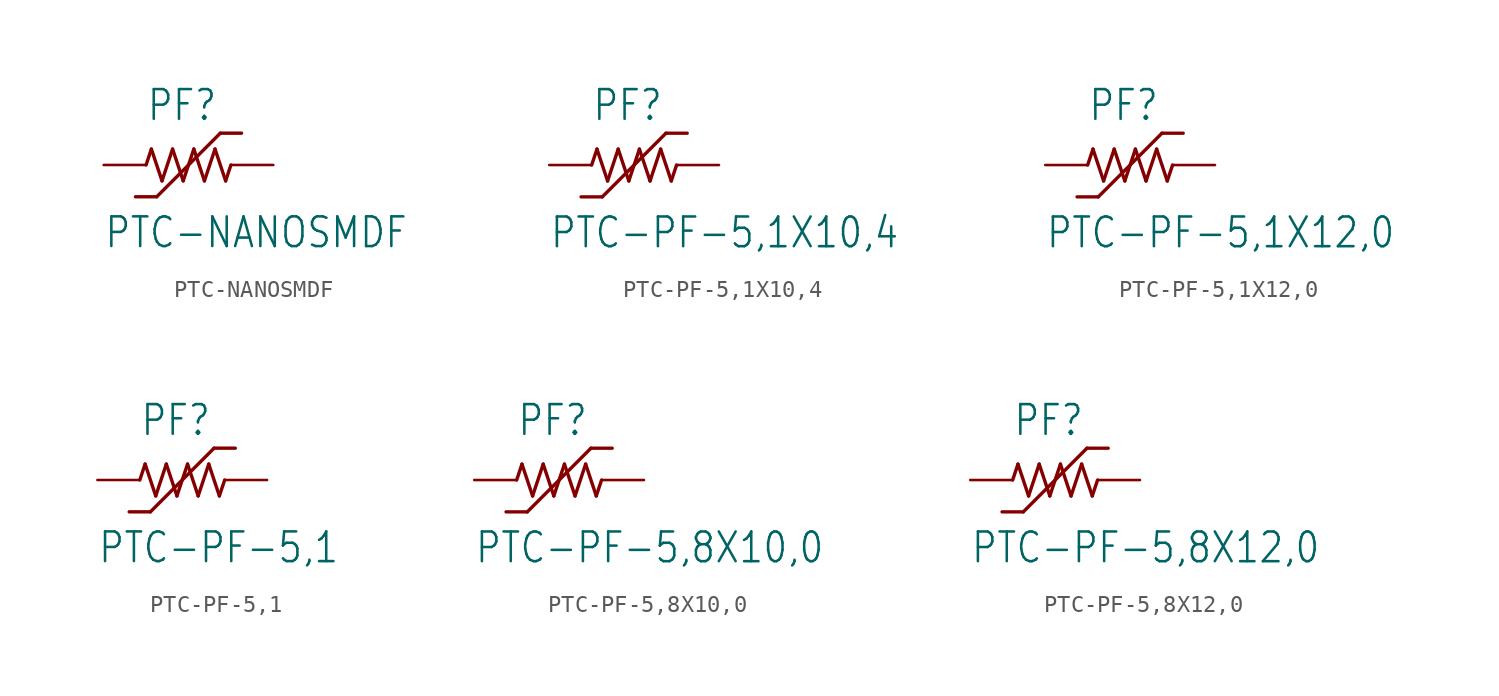
<source format=kicad_sym>
(kicad_symbol_lib
  (version 20211014)
  (generator kicad_symbol_editor)
  (symbol "PTC-NANOSMDF"
    (property "Reference" "PF"
      (at -2.54 2.54 0)
      (effects (font (size 1.778 1.511)) (justify left bottom)))
    (property "Value" "PTC-NANOSMDF"
      (at -5.08 -5.08 0)
      (effects (font (size 1.778 1.511)) (justify left bottom)))
    (property "ki_locked" ""
      (at 0 0 0)
      (effects (font (size 1.27 1.27))))
    (symbol "PTC-NANOSMDF_1_0"
      (polyline (pts (xy -2.54 0) (xy -2.223 0.953)) (stroke (width 0.203) (type default) (color 0 0 0 0)) (fill (type none)))
      (polyline (pts (xy -2.223 0.953) (xy -1.587 -0.953)) (stroke (width 0.203) (type default) (color 0 0 0 0)) (fill (type none)))
      (polyline (pts (xy -1.905 -1.905) (xy -3.175 -1.905)) (stroke (width 0.203) (type default) (color 0 0 0 0)) (fill (type none)))
      (polyline (pts (xy -1.587 -0.953) (xy -0.953 0.953)) (stroke (width 0.203) (type default) (color 0 0 0 0)) (fill (type none)))
      (polyline (pts (xy -0.953 0.953) (xy -0.318 -0.953)) (stroke (width 0.203) (type default) (color 0 0 0 0)) (fill (type none)))
      (polyline (pts (xy -0.318 -0.953) (xy 0.318 0.953)) (stroke (width 0.203) (type default) (color 0 0 0 0)) (fill (type none)))
      (polyline (pts (xy 0.318 0.953) (xy 0.953 -0.953)) (stroke (width 0.203) (type default) (color 0 0 0 0)) (fill (type none)))
      (polyline (pts (xy 0.953 -0.953) (xy 1.587 0.953)) (stroke (width 0.203) (type default) (color 0 0 0 0)) (fill (type none)))
      (polyline (pts (xy 1.587 0.953) (xy 2.223 -0.953)) (stroke (width 0.203) (type default) (color 0 0 0 0)) (fill (type none)))
      (polyline (pts (xy 1.905 1.905) (xy -1.905 -1.905)) (stroke (width 0.203) (type default) (color 0 0 0 0)) (fill (type none)))
      (polyline (pts (xy 2.223 -0.953) (xy 2.54 0)) (stroke (width 0.203) (type default) (color 0 0 0 0)) (fill (type none)))
      (polyline (pts (xy 3.175 1.905) (xy 1.905 1.905)) (stroke (width 0.203) (type default) (color 0 0 0 0)) (fill (type none)))
      (pin passive line (at -5.08 0 0) (length 2.54) (name "1" (effects (font (size 0 0)))) (number "1" (effects (font (size 0 0)))))
      (pin passive line (at 5.08 0 180) (length 2.54) (name "2" (effects (font (size 0 0)))) (number "2" (effects (font (size 0 0)))))))
  (symbol "PTC-PF-5,1X10,4"
    (property "Reference" "PF"
      (at -2.54 2.54 0)
      (effects (font (size 1.778 1.511)) (justify left bottom)))
    (property "Value" "PTC-PF-5,1X10,4"
      (at -5.08 -5.08 0)
      (effects (font (size 1.778 1.511)) (justify left bottom)))
    (property "ki_locked" ""
      (at 0 0 0)
      (effects (font (size 1.27 1.27))))
    (symbol "PTC-PF-5,1X10,4_1_0"
      (polyline (pts (xy -2.54 0) (xy -2.223 0.953)) (stroke (width 0.203) (type default) (color 0 0 0 0)) (fill (type none)))
      (polyline (pts (xy -2.223 0.953) (xy -1.587 -0.953)) (stroke (width 0.203) (type default) (color 0 0 0 0)) (fill (type none)))
      (polyline (pts (xy -1.905 -1.905) (xy -3.175 -1.905)) (stroke (width 0.203) (type default) (color 0 0 0 0)) (fill (type none)))
      (polyline (pts (xy -1.587 -0.953) (xy -0.953 0.953)) (stroke (width 0.203) (type default) (color 0 0 0 0)) (fill (type none)))
      (polyline (pts (xy -0.953 0.953) (xy -0.318 -0.953)) (stroke (width 0.203) (type default) (color 0 0 0 0)) (fill (type none)))
      (polyline (pts (xy -0.318 -0.953) (xy 0.318 0.953)) (stroke (width 0.203) (type default) (color 0 0 0 0)) (fill (type none)))
      (polyline (pts (xy 0.318 0.953) (xy 0.953 -0.953)) (stroke (width 0.203) (type default) (color 0 0 0 0)) (fill (type none)))
      (polyline (pts (xy 0.953 -0.953) (xy 1.587 0.953)) (stroke (width 0.203) (type default) (color 0 0 0 0)) (fill (type none)))
      (polyline (pts (xy 1.587 0.953) (xy 2.223 -0.953)) (stroke (width 0.203) (type default) (color 0 0 0 0)) (fill (type none)))
      (polyline (pts (xy 1.905 1.905) (xy -1.905 -1.905)) (stroke (width 0.203) (type default) (color 0 0 0 0)) (fill (type none)))
      (polyline (pts (xy 2.223 -0.953) (xy 2.54 0)) (stroke (width 0.203) (type default) (color 0 0 0 0)) (fill (type none)))
      (polyline (pts (xy 3.175 1.905) (xy 1.905 1.905)) (stroke (width 0.203) (type default) (color 0 0 0 0)) (fill (type none)))
      (pin passive line (at -5.08 0 0) (length 2.54) (name "1" (effects (font (size 0 0)))) (number "1" (effects (font (size 0 0)))))
      (pin passive line (at 5.08 0 180) (length 2.54) (name "2" (effects (font (size 0 0)))) (number "2" (effects (font (size 0 0)))))))
  (symbol "PTC-PF-5,1X12,0"
    (property "Reference" "PF"
      (at -2.54 2.54 0)
      (effects (font (size 1.778 1.511)) (justify left bottom)))
    (property "Value" "PTC-PF-5,1X12,0"
      (at -5.08 -5.08 0)
      (effects (font (size 1.778 1.511)) (justify left bottom)))
    (property "ki_locked" ""
      (at 0 0 0)
      (effects (font (size 1.27 1.27))))
    (symbol "PTC-PF-5,1X12,0_1_0"
      (polyline (pts (xy -2.54 0) (xy -2.223 0.953)) (stroke (width 0.203) (type default) (color 0 0 0 0)) (fill (type none)))
      (polyline (pts (xy -2.223 0.953) (xy -1.587 -0.953)) (stroke (width 0.203) (type default) (color 0 0 0 0)) (fill (type none)))
      (polyline (pts (xy -1.905 -1.905) (xy -3.175 -1.905)) (stroke (width 0.203) (type default) (color 0 0 0 0)) (fill (type none)))
      (polyline (pts (xy -1.587 -0.953) (xy -0.953 0.953)) (stroke (width 0.203) (type default) (color 0 0 0 0)) (fill (type none)))
      (polyline (pts (xy -0.953 0.953) (xy -0.318 -0.953)) (stroke (width 0.203) (type default) (color 0 0 0 0)) (fill (type none)))
      (polyline (pts (xy -0.318 -0.953) (xy 0.318 0.953)) (stroke (width 0.203) (type default) (color 0 0 0 0)) (fill (type none)))
      (polyline (pts (xy 0.318 0.953) (xy 0.953 -0.953)) (stroke (width 0.203) (type default) (color 0 0 0 0)) (fill (type none)))
      (polyline (pts (xy 0.953 -0.953) (xy 1.587 0.953)) (stroke (width 0.203) (type default) (color 0 0 0 0)) (fill (type none)))
      (polyline (pts (xy 1.587 0.953) (xy 2.223 -0.953)) (stroke (width 0.203) (type default) (color 0 0 0 0)) (fill (type none)))
      (polyline (pts (xy 1.905 1.905) (xy -1.905 -1.905)) (stroke (width 0.203) (type default) (color 0 0 0 0)) (fill (type none)))
      (polyline (pts (xy 2.223 -0.953) (xy 2.54 0)) (stroke (width 0.203) (type default) (color 0 0 0 0)) (fill (type none)))
      (polyline (pts (xy 3.175 1.905) (xy 1.905 1.905)) (stroke (width 0.203) (type default) (color 0 0 0 0)) (fill (type none)))
      (pin passive line (at -5.08 0 0) (length 2.54) (name "1" (effects (font (size 0 0)))) (number "1" (effects (font (size 0 0)))))
      (pin passive line (at 5.08 0 180) (length 2.54) (name "2" (effects (font (size 0 0)))) (number "2" (effects (font (size 0 0)))))))
  (symbol "PTC-PF-5,1"
    (property "Reference" "PF"
      (at -2.54 2.54 0)
      (effects (font (size 1.778 1.511)) (justify left bottom)))
    (property "Value" "PTC-PF-5,1"
      (at -5.08 -5.08 0)
      (effects (font (size 1.778 1.511)) (justify left bottom)))
    (property "ki_locked" ""
      (at 0 0 0)
      (effects (font (size 1.27 1.27))))
    (symbol "PTC-PF-5,1_1_0"
      (polyline (pts (xy -2.54 0) (xy -2.223 0.953)) (stroke (width 0.203) (type default) (color 0 0 0 0)) (fill (type none)))
      (polyline (pts (xy -2.223 0.953) (xy -1.587 -0.953)) (stroke (width 0.203) (type default) (color 0 0 0 0)) (fill (type none)))
      (polyline (pts (xy -1.905 -1.905) (xy -3.175 -1.905)) (stroke (width 0.203) (type default) (color 0 0 0 0)) (fill (type none)))
      (polyline (pts (xy -1.587 -0.953) (xy -0.953 0.953)) (stroke (width 0.203) (type default) (color 0 0 0 0)) (fill (type none)))
      (polyline (pts (xy -0.953 0.953) (xy -0.318 -0.953)) (stroke (width 0.203) (type default) (color 0 0 0 0)) (fill (type none)))
      (polyline (pts (xy -0.318 -0.953) (xy 0.318 0.953)) (stroke (width 0.203) (type default) (color 0 0 0 0)) (fill (type none)))
      (polyline (pts (xy 0.318 0.953) (xy 0.953 -0.953)) (stroke (width 0.203) (type default) (color 0 0 0 0)) (fill (type none)))
      (polyline (pts (xy 0.953 -0.953) (xy 1.587 0.953)) (stroke (width 0.203) (type default) (color 0 0 0 0)) (fill (type none)))
      (polyline (pts (xy 1.587 0.953) (xy 2.223 -0.953)) (stroke (width 0.203) (type default) (color 0 0 0 0)) (fill (type none)))
      (polyline (pts (xy 1.905 1.905) (xy -1.905 -1.905)) (stroke (width 0.203) (type default) (color 0 0 0 0)) (fill (type none)))
      (polyline (pts (xy 2.223 -0.953) (xy 2.54 0)) (stroke (width 0.203) (type default) (color 0 0 0 0)) (fill (type none)))
      (polyline (pts (xy 3.175 1.905) (xy 1.905 1.905)) (stroke (width 0.203) (type default) (color 0 0 0 0)) (fill (type none)))
      (pin passive line (at -5.08 0 0) (length 2.54) (name "1" (effects (font (size 0 0)))) (number "1" (effects (font (size 0 0)))))
      (pin passive line (at 5.08 0 180) (length 2.54) (name "2" (effects (font (size 0 0)))) (number "2" (effects (font (size 0 0)))))))
  (symbol "PTC-PF-5,8X10,0"
    (property "Reference" "PF"
      (at -2.54 2.54 0)
      (effects (font (size 1.778 1.511)) (justify left bottom)))
    (property "Value" "PTC-PF-5,8X10,0"
      (at -5.08 -5.08 0)
      (effects (font (size 1.778 1.511)) (justify left bottom)))
    (property "ki_locked" ""
      (at 0 0 0)
      (effects (font (size 1.27 1.27))))
    (symbol "PTC-PF-5,8X10,0_1_0"
      (polyline (pts (xy -2.54 0) (xy -2.223 0.953)) (stroke (width 0.203) (type default) (color 0 0 0 0)) (fill (type none)))
      (polyline (pts (xy -2.223 0.953) (xy -1.587 -0.953)) (stroke (width 0.203) (type default) (color 0 0 0 0)) (fill (type none)))
      (polyline (pts (xy -1.905 -1.905) (xy -3.175 -1.905)) (stroke (width 0.203) (type default) (color 0 0 0 0)) (fill (type none)))
      (polyline (pts (xy -1.587 -0.953) (xy -0.953 0.953)) (stroke (width 0.203) (type default) (color 0 0 0 0)) (fill (type none)))
      (polyline (pts (xy -0.953 0.953) (xy -0.318 -0.953)) (stroke (width 0.203) (type default) (color 0 0 0 0)) (fill (type none)))
      (polyline (pts (xy -0.318 -0.953) (xy 0.318 0.953)) (stroke (width 0.203) (type default) (color 0 0 0 0)) (fill (type none)))
      (polyline (pts (xy 0.318 0.953) (xy 0.953 -0.953)) (stroke (width 0.203) (type default) (color 0 0 0 0)) (fill (type none)))
      (polyline (pts (xy 0.953 -0.953) (xy 1.587 0.953)) (stroke (width 0.203) (type default) (color 0 0 0 0)) (fill (type none)))
      (polyline (pts (xy 1.587 0.953) (xy 2.223 -0.953)) (stroke (width 0.203) (type default) (color 0 0 0 0)) (fill (type none)))
      (polyline (pts (xy 1.905 1.905) (xy -1.905 -1.905)) (stroke (width 0.203) (type default) (color 0 0 0 0)) (fill (type none)))
      (polyline (pts (xy 2.223 -0.953) (xy 2.54 0)) (stroke (width 0.203) (type default) (color 0 0 0 0)) (fill (type none)))
      (polyline (pts (xy 3.175 1.905) (xy 1.905 1.905)) (stroke (width 0.203) (type default) (color 0 0 0 0)) (fill (type none)))
      (pin passive line (at -5.08 0 0) (length 2.54) (name "1" (effects (font (size 0 0)))) (number "1" (effects (font (size 0 0)))))
      (pin passive line (at 5.08 0 180) (length 2.54) (name "2" (effects (font (size 0 0)))) (number "2" (effects (font (size 0 0)))))))
  (symbol "PTC-PF-5,8X12,0"
    (property "Reference" "PF"
      (at -2.54 2.54 0)
      (effects (font (size 1.778 1.511)) (justify left bottom)))
    (property "Value" "PTC-PF-5,8X12,0"
      (at -5.08 -5.08 0)
      (effects (font (size 1.778 1.511)) (justify left bottom)))
    (property "ki_locked" ""
      (at 0 0 0)
      (effects (font (size 1.27 1.27))))
    (symbol "PTC-PF-5,8X12,0_1_0"
      (polyline (pts (xy -2.54 0) (xy -2.223 0.953)) (stroke (width 0.203) (type default) (color 0 0 0 0)) (fill (type none)))
      (polyline (pts (xy -2.223 0.953) (xy -1.587 -0.953)) (stroke (width 0.203) (type default) (color 0 0 0 0)) (fill (type none)))
      (polyline (pts (xy -1.905 -1.905) (xy -3.175 -1.905)) (stroke (width 0.203) (type default) (color 0 0 0 0)) (fill (type none)))
      (polyline (pts (xy -1.587 -0.953) (xy -0.953 0.953)) (stroke (width 0.203) (type default) (color 0 0 0 0)) (fill (type none)))
      (polyline (pts (xy -0.953 0.953) (xy -0.318 -0.953)) (stroke (width 0.203) (type default) (color 0 0 0 0)) (fill (type none)))
      (polyline (pts (xy -0.318 -0.953) (xy 0.318 0.953)) (stroke (width 0.203) (type default) (color 0 0 0 0)) (fill (type none)))
      (polyline (pts (xy 0.318 0.953) (xy 0.953 -0.953)) (stroke (width 0.203) (type default) (color 0 0 0 0)) (fill (type none)))
      (polyline (pts (xy 0.953 -0.953) (xy 1.587 0.953)) (stroke (width 0.203) (type default) (color 0 0 0 0)) (fill (type none)))
      (polyline (pts (xy 1.587 0.953) (xy 2.223 -0.953)) (stroke (width 0.203) (type default) (color 0 0 0 0)) (fill (type none)))
      (polyline (pts (xy 1.905 1.905) (xy -1.905 -1.905)) (stroke (width 0.203) (type default) (color 0 0 0 0)) (fill (type none)))
      (polyline (pts (xy 2.223 -0.953) (xy 2.54 0)) (stroke (width 0.203) (type default) (color 0 0 0 0)) (fill (type none)))
      (polyline (pts (xy 3.175 1.905) (xy 1.905 1.905)) (stroke (width 0.203) (type default) (color 0 0 0 0)) (fill (type none)))
      (pin passive line (at -5.08 0 0) (length 2.54) (name "1" (effects (font (size 0 0)))) (number "1" (effects (font (size 0 0)))))
      (pin passive line (at 5.08 0 180) (length 2.54) (name "2" (effects (font (size 0 0)))) (number "2" (effects (font (size 0 0))))))))
</source>
